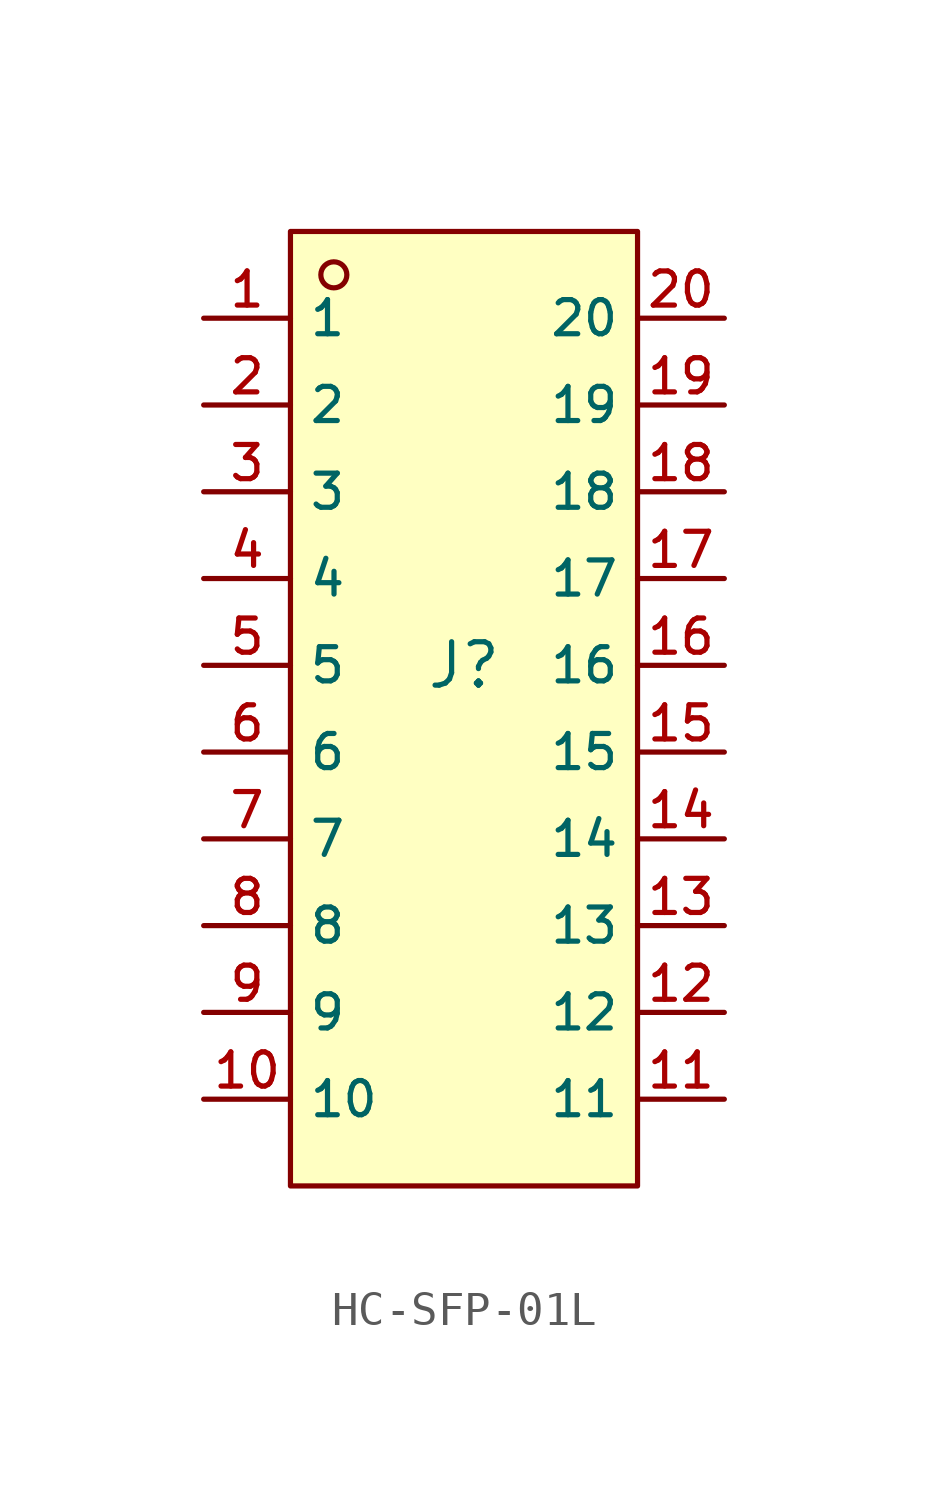
<source format=kicad_sym>
(kicad_symbol_lib
  (version 20220914)
  (generator kicad_symbol_editor)
  (symbol "HC-SFP-01L"
    (property "Reference" "J"
      (at 0 1.27 0)
      (effects (font (size 1.27 1.27))))
    (symbol "HC-SFP-01L_0_1"
      (rectangle (start -5.08 13.97) (end 5.08 -13.97) (stroke (width 0) (type default)) (fill (type background)))
      (circle (center -3.81 12.7) (radius 0.381) (stroke (width 0) (type default)) (fill (type background)))
      (pin unspecified line (at -7.62 11.43 0) (length 2.54) (name "1" (effects (font (size 1 1)))) (number "1" (effects (font (size 1 1)))))
      (pin unspecified line (at -7.62 -11.43 0) (length 2.54) (name "10" (effects (font (size 1 1)))) (number "10" (effects (font (size 1 1)))))
      (pin unspecified line (at 7.62 -11.43 180) (length 2.54) (name "11" (effects (font (size 1 1)))) (number "11" (effects (font (size 1 1)))))
      (pin unspecified line (at 7.62 -8.89 180) (length 2.54) (name "12" (effects (font (size 1 1)))) (number "12" (effects (font (size 1 1)))))
      (pin unspecified line (at 7.62 -6.35 180) (length 2.54) (name "13" (effects (font (size 1 1)))) (number "13" (effects (font (size 1 1)))))
      (pin unspecified line (at 7.62 -3.81 180) (length 2.54) (name "14" (effects (font (size 1 1)))) (number "14" (effects (font (size 1 1)))))
      (pin unspecified line (at 7.62 -1.27 180) (length 2.54) (name "15" (effects (font (size 1 1)))) (number "15" (effects (font (size 1 1)))))
      (pin unspecified line (at 7.62 1.27 180) (length 2.54) (name "16" (effects (font (size 1 1)))) (number "16" (effects (font (size 1 1)))))
      (pin unspecified line (at 7.62 3.81 180) (length 2.54) (name "17" (effects (font (size 1 1)))) (number "17" (effects (font (size 1 1)))))
      (pin unspecified line (at 7.62 6.35 180) (length 2.54) (name "18" (effects (font (size 1 1)))) (number "18" (effects (font (size 1 1)))))
      (pin unspecified line (at 7.62 8.89 180) (length 2.54) (name "19" (effects (font (size 1 1)))) (number "19" (effects (font (size 1 1)))))
      (pin unspecified line (at -7.62 8.89 0) (length 2.54) (name "2" (effects (font (size 1 1)))) (number "2" (effects (font (size 1 1)))))
      (pin unspecified line (at 7.62 11.43 180) (length 2.54) (name "20" (effects (font (size 1 1)))) (number "20" (effects (font (size 1 1)))))
      (pin unspecified line (at -7.62 6.35 0) (length 2.54) (name "3" (effects (font (size 1 1)))) (number "3" (effects (font (size 1 1)))))
      (pin unspecified line (at -7.62 3.81 0) (length 2.54) (name "4" (effects (font (size 1 1)))) (number "4" (effects (font (size 1 1)))))
      (pin unspecified line (at -7.62 1.27 0) (length 2.54) (name "5" (effects (font (size 1 1)))) (number "5" (effects (font (size 1 1)))))
      (pin unspecified line (at -7.62 -1.27 0) (length 2.54) (name "6" (effects (font (size 1 1)))) (number "6" (effects (font (size 1 1)))))
      (pin unspecified line (at -7.62 -3.81 0) (length 2.54) (name "7" (effects (font (size 1 1)))) (number "7" (effects (font (size 1 1)))))
      (pin unspecified line (at -7.62 -6.35 0) (length 2.54) (name "8" (effects (font (size 1 1)))) (number "8" (effects (font (size 1 1)))))
      (pin unspecified line (at -7.62 -8.89 0) (length 2.54) (name "9" (effects (font (size 1 1)))) (number "9" (effects (font (size 1 1))))))))
</source>
